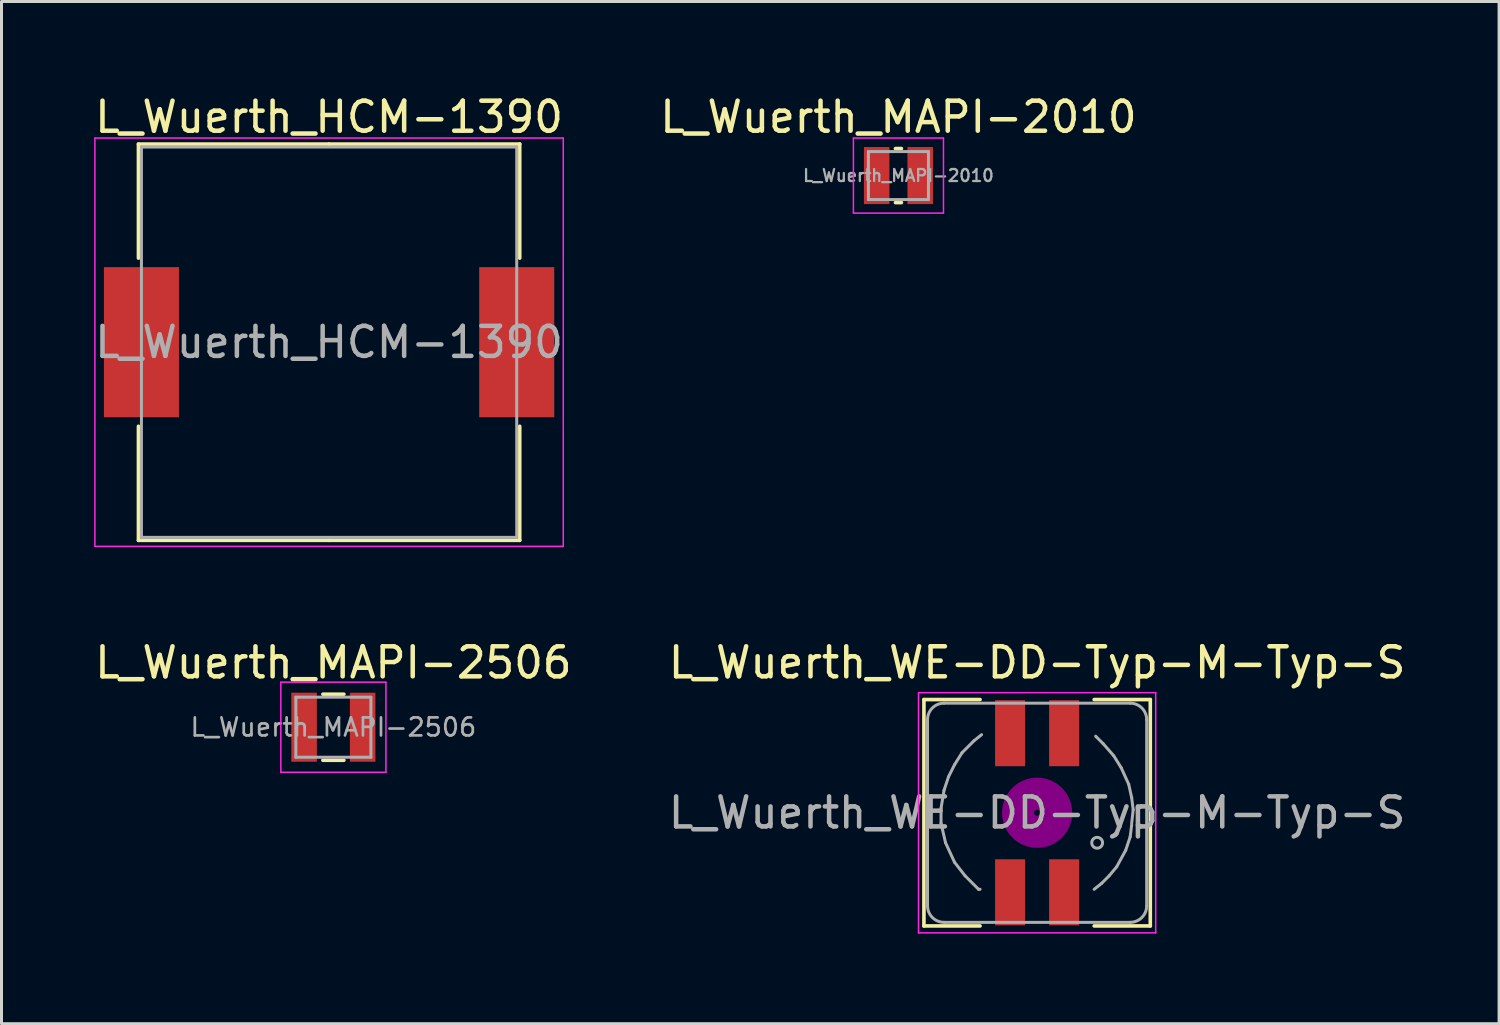
<source format=kicad_pcb>
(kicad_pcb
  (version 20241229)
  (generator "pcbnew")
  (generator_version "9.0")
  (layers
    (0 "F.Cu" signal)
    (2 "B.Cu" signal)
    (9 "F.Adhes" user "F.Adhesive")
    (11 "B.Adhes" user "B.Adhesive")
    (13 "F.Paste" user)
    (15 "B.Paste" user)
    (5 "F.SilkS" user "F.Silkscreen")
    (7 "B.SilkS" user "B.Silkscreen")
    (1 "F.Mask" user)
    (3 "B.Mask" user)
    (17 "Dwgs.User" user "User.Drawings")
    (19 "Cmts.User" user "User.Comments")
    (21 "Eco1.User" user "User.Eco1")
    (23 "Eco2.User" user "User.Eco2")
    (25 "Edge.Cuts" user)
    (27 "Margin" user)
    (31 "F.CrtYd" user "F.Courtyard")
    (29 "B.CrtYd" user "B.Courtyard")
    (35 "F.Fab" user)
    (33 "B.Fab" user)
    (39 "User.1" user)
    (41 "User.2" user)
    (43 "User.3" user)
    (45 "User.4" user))
  (footprint "L_Wuerth_WE-DD-Typ-M-Typ-S"
    (layer "F.Cu")
    (at 31.494 24.021)
    (property "Reference" "L_Wuerth_WE-DD-Typ-M-Typ-S" (at 0 -5 0) (layer "F.SilkS") (effects (font (size 1 1) (thickness 0.15))))
    (attr smd)
    (fp_line (start -3.77 -3.77) (end -1.9 -3.77) (stroke (width 0.12) (type solid)) (layer "F.SilkS"))
    (fp_line (start -3.77 3.77) (end -3.77 -3.77) (stroke (width 0.12) (type solid)) (layer "F.SilkS"))
    (fp_line (start -1.9 3.77) (end -3.77 3.77) (stroke (width 0.12) (type solid)) (layer "F.SilkS"))
    (fp_line (start 1.9 -3.77) (end 3.77 -3.77) (stroke (width 0.12) (type solid)) (layer "F.SilkS"))
    (fp_line (start 3.77 -3.77) (end 3.77 3.77) (stroke (width 0.12) (type solid)) (layer "F.SilkS"))
    (fp_line (start 3.77 3.77) (end 1.9 3.77) (stroke (width 0.12) (type solid)) (layer "F.SilkS"))
    (fp_circle (center 0 0) (end 0.1 0) (stroke (width 0.3) (type solid)) (fill no) (layer "F.Adhes"))
    (fp_circle (center 0 0) (end 0.3 -0.1) (stroke (width 0.3) (type solid)) (fill no) (layer "F.Adhes"))
    (fp_circle (center 0 0) (end 0.6 0) (stroke (width 0.3) (type solid)) (fill no) (layer "F.Adhes"))
    (fp_circle (center 0 0) (end 0.8 -0.1) (stroke (width 0.3) (type solid)) (fill no) (layer "F.Adhes"))
    (fp_circle (center 0 0) (end 1 -0.2) (stroke (width 0.3) (type solid)) (fill no) (layer "F.Adhes"))
    (fp_circle (center 0.8 0) (end 0.8 0) (stroke (width 0.3) (type solid)) (fill no) (layer "F.Adhes"))
    (fp_line (start -3.95 -4) (end 3.95 -4) (stroke (width 0.05) (type solid)) (layer "F.CrtYd"))
    (fp_line (start -3.95 4) (end -3.95 -4) (stroke (width 0.05) (type solid)) (layer "F.CrtYd"))
    (fp_line (start 3.95 -4) (end 3.95 4) (stroke (width 0.05) (type solid)) (layer "F.CrtYd"))
    (fp_line (start 3.95 4) (end -3.95 4) (stroke (width 0.05) (type solid)) (layer "F.CrtYd"))
    (fp_line (start -3.65 -3.1) (end -3.65 3.1) (stroke (width 0.1) (type solid)) (layer "F.Fab"))
    (fp_line (start -3.2 -0.15) (end -3.2 0.35) (stroke (width 0.1) (type solid)) (layer "F.Fab"))
    (fp_line (start -3.2 0.35) (end -3.05 1) (stroke (width 0.1) (type solid)) (layer "F.Fab"))
    (fp_line (start -3.1 -0.75) (end -3.2 -0.15) (stroke (width 0.1) (type solid)) (layer "F.Fab"))
    (fp_line (start -3.1 3.65) (end 3.1 3.65) (stroke (width 0.1) (type solid)) (layer "F.Fab"))
    (fp_line (start -3.05 1) (end -2.75 1.65) (stroke (width 0.1) (type solid)) (layer "F.Fab"))
    (fp_line (start -2.95 -1.2) (end -3.1 -0.75) (stroke (width 0.1) (type solid)) (layer "F.Fab"))
    (fp_line (start -2.75 -1.6) (end -2.95 -1.2) (stroke (width 0.1) (type solid)) (layer "F.Fab"))
    (fp_line (start -2.75 1.65) (end -2.4 2.1) (stroke (width 0.1) (type solid)) (layer "F.Fab"))
    (fp_line (start -2.5 -2) (end -2.75 -1.6) (stroke (width 0.1) (type solid)) (layer "F.Fab"))
    (fp_line (start -2.4 2.1) (end -1.95 2.55) (stroke (width 0.1) (type solid)) (layer "F.Fab"))
    (fp_line (start -2.1 -2.4) (end -2.5 -2) (stroke (width 0.1) (type solid)) (layer "F.Fab"))
    (fp_line (start -1.95 2.55) (end -1.9 2.55) (stroke (width 0.1) (type solid)) (layer "F.Fab"))
    (fp_line (start -1.85 -2.6) (end -2.1 -2.4) (stroke (width 0.1) (type solid)) (layer "F.Fab"))
    (fp_line (start 1.95 -2.55) (end 2.2 -2.3) (stroke (width 0.1) (type solid)) (layer "F.Fab"))
    (fp_line (start 2.15 2.35) (end 1.9 2.55) (stroke (width 0.1) (type solid)) (layer "F.Fab"))
    (fp_line (start 2.2 -2.3) (end 2.55 -1.9) (stroke (width 0.1) (type solid)) (layer "F.Fab"))
    (fp_line (start 2.4 2.1) (end 2.15 2.35) (stroke (width 0.1) (type solid)) (layer "F.Fab"))
    (fp_line (start 2.55 -1.9) (end 2.8 -1.5) (stroke (width 0.1) (type solid)) (layer "F.Fab"))
    (fp_line (start 2.65 1.8) (end 2.4 2.1) (stroke (width 0.1) (type solid)) (layer "F.Fab"))
    (fp_line (start 2.8 -1.5) (end 3.05 -0.95) (stroke (width 0.1) (type solid)) (layer "F.Fab"))
    (fp_line (start 2.95 1.25) (end 2.65 1.8) (stroke (width 0.1) (type solid)) (layer "F.Fab"))
    (fp_line (start 3.05 -0.95) (end 3.15 -0.5) (stroke (width 0.1) (type solid)) (layer "F.Fab"))
    (fp_line (start 3.1 -3.65) (end -3.1 -3.65) (stroke (width 0.1) (type solid)) (layer "F.Fab"))
    (fp_line (start 3.1 0.8) (end 2.95 1.25) (stroke (width 0.1) (type solid)) (layer "F.Fab"))
    (fp_line (start 3.15 -0.5) (end 3.2 -0.1) (stroke (width 0.1) (type solid)) (layer "F.Fab"))
    (fp_line (start 3.15 0.4) (end 3.1 0.8) (stroke (width 0.1) (type solid)) (layer "F.Fab"))
    (fp_line (start 3.2 -0.1) (end 3.15 0.35) (stroke (width 0.1) (type solid)) (layer "F.Fab"))
    (fp_line (start 3.65 -3.1) (end 3.65 3.1) (stroke (width 0.1) (type solid)) (layer "F.Fab"))
    (fp_arc (start -3.65 -3.1) (mid -3.488909 -3.488909) (end -3.1 -3.65) (stroke (width 0.1) (type solid)) (layer "F.Fab"))
    (fp_arc (start -3.1 3.65) (mid -3.488909 3.488909) (end -3.65 3.1) (stroke (width 0.1) (type solid)) (layer "F.Fab"))
    (fp_arc (start 3.1 -3.65) (mid 3.488909 -3.488909) (end 3.65 -3.1) (stroke (width 0.1) (type solid)) (layer "F.Fab"))
    (fp_arc (start 3.65 3.1) (mid 3.488909 3.488909) (end 3.1 3.65) (stroke (width 0.1) (type solid)) (layer "F.Fab"))
    (fp_circle (center 2 1) (end 2.15 0.9) (stroke (width 0.1) (type solid)) (fill no) (layer "F.Fab"))
    (fp_text user "${REFERENCE}" (at 0 0 0) (layer "F.Fab") (effects (font (size 1 1) (thickness 0.15))))
    (pad "1" smd rect (at -0.9 2.65) (size 1 2.2) (layers "F.Cu" "F.Mask" "F.Paste"))
    (pad "2" smd rect (at -0.9 -2.65) (size 1 2.2) (layers "F.Cu" "F.Mask" "F.Paste"))
    (pad "3" smd rect (at 0.9 -2.65) (size 1 2.2) (layers "F.Cu" "F.Mask" "F.Paste"))
    (pad "4" smd rect (at 0.9 2.65) (size 1 2.2) (layers "F.Cu" "F.Mask" "F.Paste")))
  (footprint "L_Wuerth_MAPI-2010"
    (layer "F.Cu")
    (at 26.875 2.798)
    (property "Reference" "L_Wuerth_MAPI-2010" (at 0 -1.95 0) (layer "F.SilkS") (effects (font (size 1 1) (thickness 0.15))))
    (attr smd)
    (fp_line (start -0.1 -0.9) (end 0.1 -0.9) (stroke (width 0.12) (type solid)) (layer "F.SilkS"))
    (fp_line (start -0.1 0.9) (end 0.1 0.9) (stroke (width 0.12) (type solid)) (layer "F.SilkS"))
    (fp_line (start -1.5 -1.25) (end -1.5 1.25) (stroke (width 0.05) (type solid)) (layer "F.CrtYd"))
    (fp_line (start -1.5 1.25) (end 1.5 1.25) (stroke (width 0.05) (type solid)) (layer "F.CrtYd"))
    (fp_line (start 1.5 -1.25) (end -1.5 -1.25) (stroke (width 0.05) (type solid)) (layer "F.CrtYd"))
    (fp_line (start 1.5 1.25) (end 1.5 -1.25) (stroke (width 0.05) (type solid)) (layer "F.CrtYd"))
    (fp_line (start -1 -0.8) (end -1 0.8) (stroke (width 0.1) (type solid)) (layer "F.Fab"))
    (fp_line (start -1 0.8) (end 1 0.8) (stroke (width 0.1) (type solid)) (layer "F.Fab"))
    (fp_line (start 1 -0.8) (end -1 -0.8) (stroke (width 0.1) (type solid)) (layer "F.Fab"))
    (fp_line (start 1 0.8) (end 1 -0.8) (stroke (width 0.1) (type solid)) (layer "F.Fab"))
    (fp_text user "${REFERENCE}" (at 0 0 0) (layer "F.Fab") (effects (font (size 0.4 0.4) (thickness 0.075))))
    (pad "1" smd rect (at -0.725 0) (size 0.85 1.9) (layers "F.Cu" "F.Mask" "F.Paste"))
    (pad "2" smd rect (at 0.725 0) (size 0.85 1.9) (layers "F.Cu" "F.Mask" "F.Paste")))
  (footprint "L_Wuerth_MAPI-2506"
    (layer "F.Cu")
    (at 8.054 21.172)
    (property "Reference" "L_Wuerth_MAPI-2506" (at 0 -2.15 0) (layer "F.SilkS") (effects (font (size 1 1) (thickness 0.15))))
    (attr smd)
    (fp_line (start -0.35 -1.1) (end 0.35 -1.1) (stroke (width 0.12) (type solid)) (layer "F.SilkS"))
    (fp_line (start -0.35 1.1) (end 0.35 1.1) (stroke (width 0.12) (type solid)) (layer "F.SilkS"))
    (fp_line (start -1.75 -1.5) (end -1.75 1.5) (stroke (width 0.05) (type solid)) (layer "F.CrtYd"))
    (fp_line (start -1.75 1.5) (end 1.75 1.5) (stroke (width 0.05) (type solid)) (layer "F.CrtYd"))
    (fp_line (start 1.75 -1.5) (end -1.75 -1.5) (stroke (width 0.05) (type solid)) (layer "F.CrtYd"))
    (fp_line (start 1.75 1.5) (end 1.75 -1.5) (stroke (width 0.05) (type solid)) (layer "F.CrtYd"))
    (fp_line (start -1.25 -1) (end -1.25 1) (stroke (width 0.1) (type solid)) (layer "F.Fab"))
    (fp_line (start -1.25 1) (end 1.25 1) (stroke (width 0.1) (type solid)) (layer "F.Fab"))
    (fp_line (start 1.25 -1) (end -1.25 -1) (stroke (width 0.1) (type solid)) (layer "F.Fab"))
    (fp_line (start 1.25 1) (end 1.25 -1) (stroke (width 0.1) (type solid)) (layer "F.Fab"))
    (fp_text user "${REFERENCE}" (at 0 0 0) (layer "F.Fab") (effects (font (size 0.6 0.6) (thickness 0.09))))
    (pad "1" smd rect (at -0.975 0) (size 0.85 2.3) (layers "F.Cu" "F.Mask" "F.Paste"))
    (pad "2" smd rect (at 0.975 0) (size 0.85 2.3) (layers "F.Cu" "F.Mask" "F.Paste")))
  (footprint "L_Wuerth_HCM-1390"
    (layer "F.Cu")
    (at 7.911 8.348)
    (property "Reference" "L_Wuerth_HCM-1390" (at 0 -7.5 0) (layer "F.SilkS") (effects (font (size 1 1) (thickness 0.15))))
    (attr smd)
    (fp_line (start -6.35 -6.6) (end 0 -6.6) (stroke (width 0.12) (type solid)) (layer "F.SilkS"))
    (fp_line (start -6.35 -2.8) (end -6.35 -6.6) (stroke (width 0.12) (type solid)) (layer "F.SilkS"))
    (fp_line (start -6.35 2.8) (end -6.35 6.6) (stroke (width 0.12) (type solid)) (layer "F.SilkS"))
    (fp_line (start -6.35 6.6) (end 0 6.6) (stroke (width 0.12) (type solid)) (layer "F.SilkS"))
    (fp_line (start 6.35 -6.6) (end 0 -6.6) (stroke (width 0.12) (type solid)) (layer "F.SilkS"))
    (fp_line (start 6.35 -2.8) (end 6.35 -6.6) (stroke (width 0.12) (type solid)) (layer "F.SilkS"))
    (fp_line (start 6.35 2.8) (end 6.35 6.6) (stroke (width 0.12) (type solid)) (layer "F.SilkS"))
    (fp_line (start 6.35 6.6) (end 0 6.6) (stroke (width 0.12) (type solid)) (layer "F.SilkS"))
    (fp_line (start -7.8 -6.8) (end -7.8 6.8) (stroke (width 0.05) (type solid)) (layer "F.CrtYd"))
    (fp_line (start -7.8 6.8) (end 7.8 6.8) (stroke (width 0.05) (type solid)) (layer "F.CrtYd"))
    (fp_line (start 7.8 -6.8) (end -7.8 -6.8) (stroke (width 0.05) (type solid)) (layer "F.CrtYd"))
    (fp_line (start 7.8 6.8) (end 7.8 -6.8) (stroke (width 0.05) (type solid)) (layer "F.CrtYd"))
    (fp_line (start -6.25 -6.5) (end -6.25 6.5) (stroke (width 0.1) (type solid)) (layer "F.Fab"))
    (fp_line (start -6.25 6.5) (end 6.25 6.5) (stroke (width 0.1) (type solid)) (layer "F.Fab"))
    (fp_line (start 6.25 -6.5) (end -6.25 -6.5) (stroke (width 0.1) (type solid)) (layer "F.Fab"))
    (fp_line (start 6.25 6.5) (end 6.25 -6.5) (stroke (width 0.1) (type solid)) (layer "F.Fab"))
    (fp_text user "${REFERENCE}" (at 0 0 0) (layer "F.Fab") (effects (font (size 1 1) (thickness 0.15))))
    (pad "1" smd rect (at -6.25 0) (size 2.5 5) (layers "F.Cu" "F.Mask" "F.Paste"))
    (pad "2" smd rect (at 6.25 0) (size 2.5 5) (layers "F.Cu" "F.Mask" "F.Paste")))
  (gr_rect
    (start -3 -3)
    (end 46.881 31.047)
    (stroke (width 0.1) (type default))
    (fill no)
    (layer "Edge.Cuts")))
</source>
